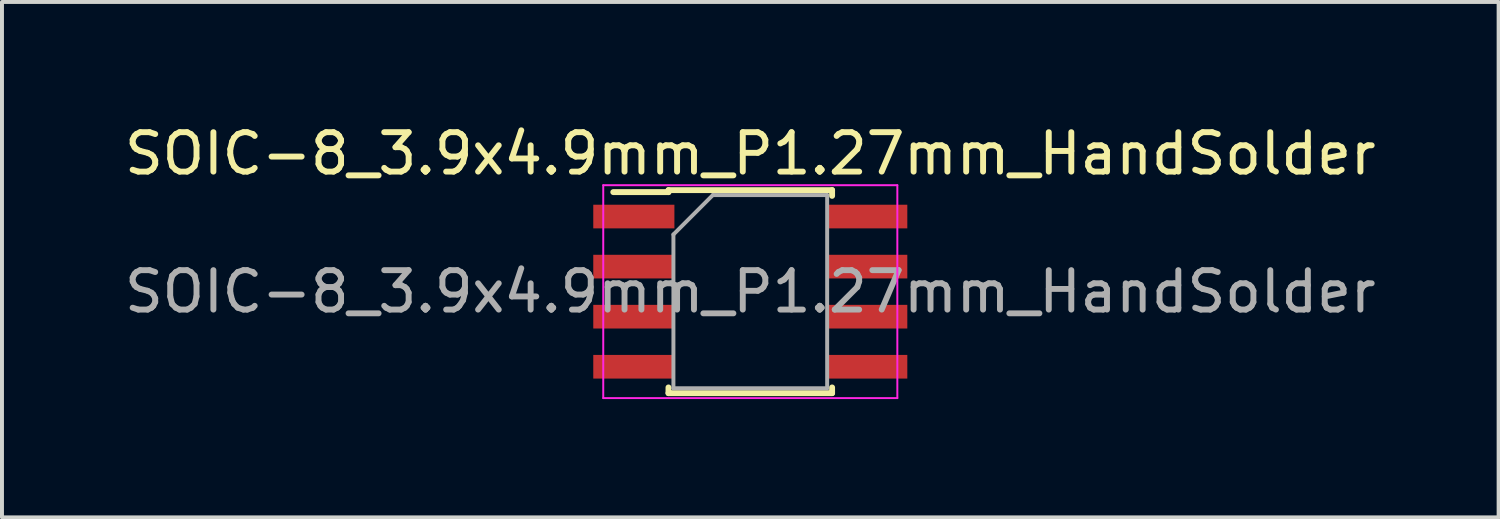
<source format=kicad_pcb>
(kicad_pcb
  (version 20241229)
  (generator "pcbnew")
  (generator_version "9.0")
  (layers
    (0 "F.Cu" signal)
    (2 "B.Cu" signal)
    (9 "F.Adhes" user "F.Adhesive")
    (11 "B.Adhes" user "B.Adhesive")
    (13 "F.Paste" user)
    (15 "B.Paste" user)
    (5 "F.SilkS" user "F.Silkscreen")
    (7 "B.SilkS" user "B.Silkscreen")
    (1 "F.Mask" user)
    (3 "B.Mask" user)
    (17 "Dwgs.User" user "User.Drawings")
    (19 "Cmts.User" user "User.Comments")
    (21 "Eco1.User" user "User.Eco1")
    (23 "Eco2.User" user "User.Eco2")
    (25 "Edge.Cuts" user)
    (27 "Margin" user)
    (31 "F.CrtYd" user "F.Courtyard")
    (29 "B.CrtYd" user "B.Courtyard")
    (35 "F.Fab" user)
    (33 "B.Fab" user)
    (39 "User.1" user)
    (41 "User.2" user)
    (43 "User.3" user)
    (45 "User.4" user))
  (footprint "SOIC-8_3.9x4.9mm_P1.27mm_HandSolder"
    (layer "F.Cu")
    (at 15.982 4.348)
    (property "Reference" "SOIC-8_3.9x4.9mm_P1.27mm_HandSolder" (at 0 -3.5 0) (layer "F.SilkS") (effects (font (size 1 1) (thickness 0.15))))
    (attr smd)
    (fp_line (start -2.075 -2.575) (end -2.075 -2.525) (stroke (width 0.15) (type solid)) (layer "F.SilkS"))
    (fp_line (start -2.075 -2.575) (end 2.075 -2.575) (stroke (width 0.15) (type solid)) (layer "F.SilkS"))
    (fp_line (start -2.075 -2.525) (end -3.475 -2.525) (stroke (width 0.15) (type solid)) (layer "F.SilkS"))
    (fp_line (start -2.075 2.575) (end -2.075 2.43) (stroke (width 0.15) (type solid)) (layer "F.SilkS"))
    (fp_line (start -2.075 2.575) (end 2.075 2.575) (stroke (width 0.15) (type solid)) (layer "F.SilkS"))
    (fp_line (start 2.075 -2.575) (end 2.075 -2.43) (stroke (width 0.15) (type solid)) (layer "F.SilkS"))
    (fp_line (start 2.075 2.575) (end 2.075 2.43) (stroke (width 0.15) (type solid)) (layer "F.SilkS"))
    (fp_line (start -3.73 -2.7) (end -3.73 2.7) (stroke (width 0.05) (type solid)) (layer "F.CrtYd"))
    (fp_line (start -3.73 -2.7) (end 3.73 -2.7) (stroke (width 0.05) (type solid)) (layer "F.CrtYd"))
    (fp_line (start -3.73 2.7) (end 3.73 2.7) (stroke (width 0.05) (type solid)) (layer "F.CrtYd"))
    (fp_line (start 3.73 -2.7) (end 3.73 2.7) (stroke (width 0.05) (type solid)) (layer "F.CrtYd"))
    (fp_line (start -1.95 -1.45) (end -0.95 -2.45) (stroke (width 0.1) (type solid)) (layer "F.Fab"))
    (fp_line (start -1.95 2.45) (end -1.95 -1.45) (stroke (width 0.1) (type solid)) (layer "F.Fab"))
    (fp_line (start -0.95 -2.45) (end 1.95 -2.45) (stroke (width 0.1) (type solid)) (layer "F.Fab"))
    (fp_line (start 1.95 -2.45) (end 1.95 2.45) (stroke (width 0.1) (type solid)) (layer "F.Fab"))
    (fp_line (start 1.95 2.45) (end -1.95 2.45) (stroke (width 0.1) (type solid)) (layer "F.Fab"))
    (fp_text user "${REFERENCE}" (at 0 0 0) (layer "F.Fab") (effects (font (size 1 1) (thickness 0.15))))
    (pad "1" smd rect (at -2.954 -1.905) (size 2.058 0.6) (layers "F.Cu" "F.Mask" "F.Paste"))
    (pad "2" smd rect (at -2.954 -0.635) (size 2.058 0.6) (layers "F.Cu" "F.Mask" "F.Paste"))
    (pad "3" smd rect (at -2.954 0.635) (size 2.058 0.6) (layers "F.Cu" "F.Mask" "F.Paste"))
    (pad "4" smd rect (at -2.954 1.905) (size 2.058 0.6) (layers "F.Cu" "F.Mask" "F.Paste"))
    (pad "5" smd rect (at 2.954 1.905) (size 2.058 0.6) (layers "F.Cu" "F.Mask" "F.Paste"))
    (pad "6" smd rect (at 2.954 0.635) (size 2.058 0.6) (layers "F.Cu" "F.Mask" "F.Paste"))
    (pad "7" smd rect (at 2.954 -0.635) (size 2.058 0.6) (layers "F.Cu" "F.Mask" "F.Paste"))
    (pad "8" smd rect (at 2.954 -1.905) (size 2.058 0.6) (layers "F.Cu" "F.Mask" "F.Paste")))
  (gr_rect
    (start -3 -3)
    (end 34.964 10.073)
    (stroke (width 0.1) (type default))
    (fill no)
    (layer "Edge.Cuts")))
</source>
